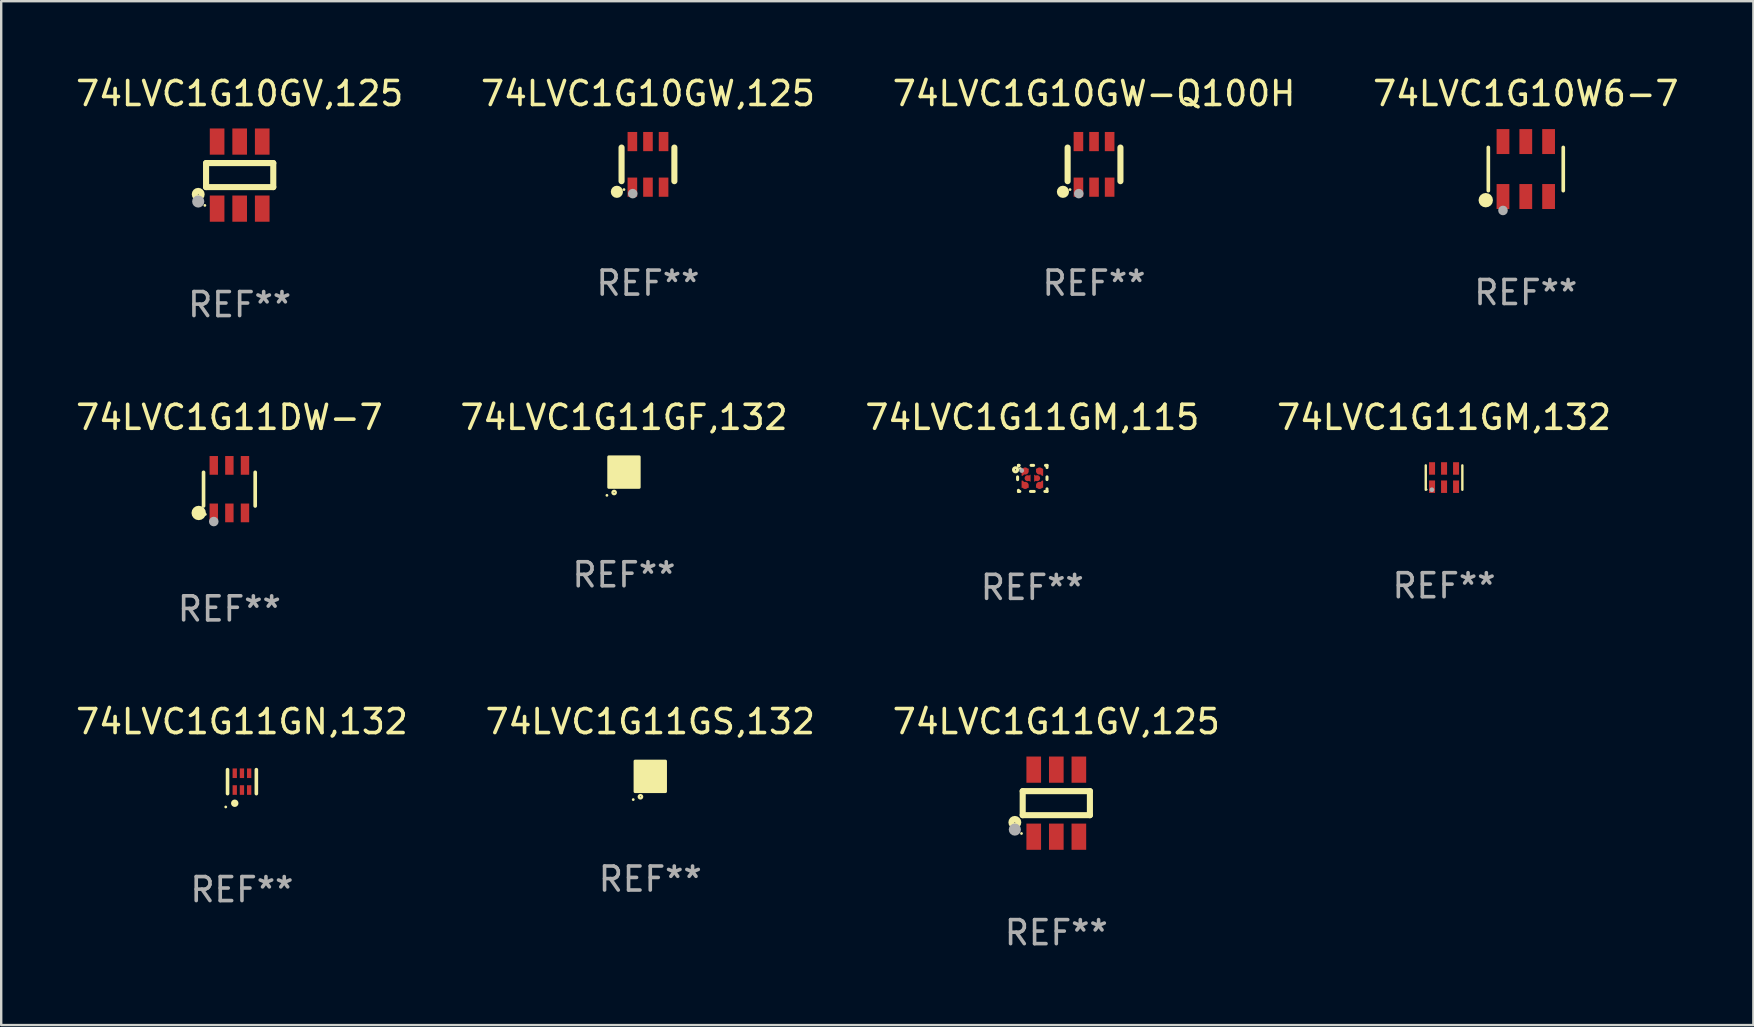
<source format=kicad_pcb>
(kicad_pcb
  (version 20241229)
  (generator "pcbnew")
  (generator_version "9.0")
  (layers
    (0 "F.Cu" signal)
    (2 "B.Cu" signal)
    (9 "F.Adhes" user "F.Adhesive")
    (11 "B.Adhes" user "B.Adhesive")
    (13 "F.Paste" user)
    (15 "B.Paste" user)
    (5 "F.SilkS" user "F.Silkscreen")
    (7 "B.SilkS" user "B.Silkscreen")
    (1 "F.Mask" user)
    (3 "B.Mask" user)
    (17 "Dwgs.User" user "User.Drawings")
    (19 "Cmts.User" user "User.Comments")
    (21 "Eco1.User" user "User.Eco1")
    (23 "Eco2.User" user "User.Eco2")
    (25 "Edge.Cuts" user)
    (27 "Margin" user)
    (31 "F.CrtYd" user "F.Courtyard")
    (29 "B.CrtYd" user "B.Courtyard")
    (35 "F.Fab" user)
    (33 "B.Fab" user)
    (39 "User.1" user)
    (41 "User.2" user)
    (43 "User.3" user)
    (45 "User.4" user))
  (footprint "74LVC1G10GV,125"
    (layer "F.Cu")
    (at 6.935 4.245)
    (property "Reference" "74LVC1G10GV,125" (at 0 -3.397 0) (layer "F.SilkS") (effects (font (size 1 1) (thickness 0.15))))
    (attr through_hole)
    (fp_line (start -1.4 -0.501) (end -1.4 0.5) (stroke (width 0.254) (type solid)) (layer "F.SilkS"))
    (fp_line (start -1.4 0.5) (end 1.4 0.5) (stroke (width 0.254) (type solid)) (layer "F.SilkS"))
    (fp_line (start 1.4 -0.501) (end -1.4 -0.501) (stroke (width 0.254) (type solid)) (layer "F.SilkS"))
    (fp_line (start 1.4 0.5) (end 1.4 -0.501) (stroke (width 0.254) (type solid)) (layer "F.SilkS"))
    (fp_circle (center -1.727 0.8) (end -1.585 0.8) (stroke (width 0.254) (type solid)) (fill no) (layer "F.SilkS"))
    (fp_circle (center -1.45 1.263) (end -1.42 1.263) (stroke (width 0.06) (type solid)) (fill no) (layer "F.SilkS"))
    (fp_circle (center -1.727 1.1) (end -1.6 1.1) (stroke (width 0.254) (type solid)) (fill no) (layer "F.Fab"))
    (fp_text user "REF**" (at 0 5.397 0) (layer "F.Fab") (effects (font (size 1 1) (thickness 0.15))))
    (pad "1" smd rect (at -0.94 1.397 180) (size 0.61 1.092) (layers "F.Cu" "F.Mask" "F.Paste"))
    (pad "2" smd rect (at 0.000127 1.397 180) (size 0.61 1.092) (layers "F.Cu" "F.Mask" "F.Paste"))
    (pad "3" smd rect (at 0.94 1.397 180) (size 0.61 1.092) (layers "F.Cu" "F.Mask" "F.Paste"))
    (pad "4" smd rect (at 0.94 -1.397 180) (size 0.61 1.092) (layers "F.Cu" "F.Mask" "F.Paste"))
    (pad "5" smd rect (at 0.000127 -1.397 180) (size 0.61 1.092) (layers "F.Cu" "F.Mask" "F.Paste"))
    (pad "6" smd rect (at -0.94 -1.397 180) (size 0.61 1.092) (layers "F.Cu" "F.Mask" "F.Paste")))
  (footprint "74LVC1G10W6-7"
    (layer "F.Cu")
    (at 60.518 3.993)
    (property "Reference" "74LVC1G10W6-7" (at 0 -3.145 0) (layer "F.SilkS") (effects (font (size 1 1) (thickness 0.15))))
    (attr through_hole)
    (fp_line (start -1.561 0.901) (end -1.561 -0.901) (stroke (width 0.152) (type solid)) (layer "F.SilkS"))
    (fp_line (start 1.561 0.901) (end 1.561 -0.901) (stroke (width 0.152) (type solid)) (layer "F.SilkS"))
    (fp_circle (center -1.668 1.297) (end -1.518 1.297) (stroke (width 0.3) (type solid)) (fill no) (layer "F.SilkS"))
    (fp_circle (center -1.485 1.425) (end -1.455 1.425) (stroke (width 0.06) (type solid)) (fill no) (layer "F.SilkS"))
    (fp_circle (center -0.95 1.725) (end -0.85 1.725) (stroke (width 0.2) (type solid)) (fill no) (layer "F.Fab"))
    (fp_text user "REF**" (at 0 5.145 0) (layer "F.Fab") (effects (font (size 1 1) (thickness 0.15))))
    (pad "1" smd rect (at -0.95 1.145) (size 0.532 1.04) (layers "F.Cu" "F.Mask" "F.Paste"))
    (pad "2" smd rect (at 0 1.145) (size 0.532 1.04) (layers "F.Cu" "F.Mask" "F.Paste"))
    (pad "3" smd rect (at 0.95 1.145) (size 0.532 1.04) (layers "F.Cu" "F.Mask" "F.Paste"))
    (pad "4" smd rect (at 0.95 -1.145) (size 0.532 1.04) (layers "F.Cu" "F.Mask" "F.Paste"))
    (pad "5" smd rect (at 0 -1.145) (size 0.532 1.04) (layers "F.Cu" "F.Mask" "F.Paste"))
    (pad "6" smd rect (at -0.95 -1.145) (size 0.532 1.04) (layers "F.Cu" "F.Mask" "F.Paste")))
  (footprint "74LVC1G11GM,115"
    (layer "F.Cu")
    (at 39.958 16.881)
    (property "Reference" "74LVC1G11GM,115" (at 0 -2.543 0) (layer "F.SilkS") (effects (font (size 1 1) (thickness 0.15))))
    (attr through_hole)
    (fp_line (start -0.613 -0.062) (end -0.613 0.051) (stroke (width 0.127) (type solid)) (layer "F.SilkS"))
    (fp_line (start -0.577 -0.543) (end -0.545 -0.543) (stroke (width 0.127) (type solid)) (layer "F.SilkS"))
    (fp_line (start -0.577 -0.512) (end -0.577 -0.543) (stroke (width 0.127) (type solid)) (layer "F.SilkS"))
    (fp_line (start -0.577 0.543) (end -0.577 0.497) (stroke (width 0.127) (type solid)) (layer "F.SilkS"))
    (fp_line (start -0.519 0.543) (end -0.577 0.543) (stroke (width 0.127) (type solid)) (layer "F.SilkS"))
    (fp_line (start -0.05 -0.543) (end 0.055 -0.543) (stroke (width 0.127) (type solid)) (layer "F.SilkS"))
    (fp_line (start 0.081 0.543) (end -0.076 0.543) (stroke (width 0.127) (type solid)) (layer "F.SilkS"))
    (fp_line (start 0.55 -0.543) (end 0.613 -0.543) (stroke (width 0.127) (type solid)) (layer "F.SilkS"))
    (fp_line (start 0.613 -0.543) (end 0.613 -0.451) (stroke (width 0.127) (type solid)) (layer "F.SilkS"))
    (fp_line (start 0.613 -0.064) (end 0.613 0.049) (stroke (width 0.127) (type solid)) (layer "F.SilkS"))
    (fp_line (start 0.613 0.436) (end 0.613 0.543) (stroke (width 0.127) (type solid)) (layer "F.SilkS"))
    (fp_line (start 0.613 0.543) (end 0.524 0.543) (stroke (width 0.127) (type solid)) (layer "F.SilkS"))
    (fp_circle (center -0.698 -0.358) (end -0.676 -0.358) (stroke (width 0.127) (type solid)) (fill no) (layer "F.SilkS"))
    (fp_circle (center -0.497 -0.408) (end -0.467 -0.408) (stroke (width 0.06) (type solid)) (fill no) (layer "F.SilkS"))
    (fp_circle (center -0.442 -0.328) (end -0.392 -0.328) (stroke (width 0.1) (type solid)) (fill no) (layer "F.Fab"))
    (fp_text user "REF**" (at 0 4.543 0) (layer "F.Fab") (effects (font (size 1 1) (thickness 0.15))))
    (pad "1" smd custom (at -0.297 -0.307) (size 0.3 0.3) (layers "F.Cu" "F.Mask" "F.Paste") (options (anchor circle)) (primitives (gr_poly (pts (xy -0.15 -0.1) (xy -0.15 0.2) (xy -0.1 0.2) (xy 0.15 -0.05) (xy 0.15 -0.1)) (width 0) (fill yes))))
    (pad "2" smd custom (at 0.302 -0.307) (size 0.3 0.3) (layers "F.Cu" "F.Mask" "F.Paste") (options (anchor circle)) (primitives (gr_poly (pts (xy 0.15 -0.1) (xy 0.15 0.2) (xy 0.1 0.2) (xy -0.15 -0.05) (xy -0.15 -0.1)) (width 0) (fill yes))))
    (pad "3" smd custom (at 0.302 0.292) (size 0.3 0.3) (layers "F.Cu" "F.Mask" "F.Paste") (options (anchor circle)) (primitives (gr_poly (pts (xy 0.15 0.1) (xy 0.15 -0.2) (xy 0.1 -0.2) (xy -0.15 0.05) (xy -0.15 0.1)) (width 0) (fill yes))))
    (pad "4" smd custom (at 0.202 -0.008) (size 0.25 0.3) (layers "F.Cu" "F.Mask" "F.Paste") (options (anchor circle)) (primitives (gr_poly (pts (xy -0.125 -0.15) (xy -0.125 0.15) (xy 0.125 0)) (width 0) (fill yes))))
    (pad "5" smd custom (at -0.197 -0.008) (size 0.25 0.3) (layers "F.Cu" "F.Mask" "F.Paste") (options (anchor circle)) (primitives (gr_poly (pts (xy 0.125 -0.15) (xy 0.125 0.15) (xy -0.125 0.000025)) (width 0) (fill yes))))
    (pad "6" smd custom (at -0.297 0.292) (size 0.3 0.3) (layers "F.Cu" "F.Mask" "F.Paste") (options (anchor circle)) (primitives (gr_poly (pts (xy -0.15 0.1) (xy 0.15 0.1) (xy 0.15 0.05) (xy -0.1 -0.2) (xy -0.15 -0.2)) (width 0) (fill yes)))))
  (footprint "74LVC1G11DW-7"
    (layer "F.Cu")
    (at 6.506 17.329)
    (property "Reference" "74LVC1G11DW-7" (at 0 -2.99 0) (layer "F.SilkS") (effects (font (size 1 1) (thickness 0.15))))
    (attr through_hole)
    (fp_line (start -1.076 0.701) (end -1.076 -0.701) (stroke (width 0.152) (type solid)) (layer "F.SilkS"))
    (fp_line (start 1.076 0.701) (end 1.076 -0.701) (stroke (width 0.152) (type solid)) (layer "F.SilkS"))
    (fp_circle (center -1.277 0.992) (end -1.127 0.992) (stroke (width 0.3) (type solid)) (fill no) (layer "F.SilkS"))
    (fp_circle (center -1 1.05) (end -0.97 1.05) (stroke (width 0.06) (type solid)) (fill no) (layer "F.SilkS"))
    (fp_circle (center -0.65 1.35) (end -0.55 1.35) (stroke (width 0.2) (type solid)) (fill no) (layer "F.Fab"))
    (fp_text user "REF**" (at 0 4.99 0) (layer "F.Fab") (effects (font (size 1 1) (thickness 0.15))))
    (pad "1" smd rect (at -0.65 0.99) (size 0.35 0.78) (layers "F.Cu" "F.Mask" "F.Paste"))
    (pad "2" smd rect (at 0 0.99) (size 0.35 0.78) (layers "F.Cu" "F.Mask" "F.Paste"))
    (pad "3" smd rect (at 0.65 0.99) (size 0.35 0.78) (layers "F.Cu" "F.Mask" "F.Paste"))
    (pad "4" smd rect (at 0.65 -0.99) (size 0.35 0.78) (layers "F.Cu" "F.Mask" "F.Paste"))
    (pad "5" smd rect (at 0 -0.99) (size 0.35 0.78) (layers "F.Cu" "F.Mask" "F.Paste"))
    (pad "6" smd rect (at -0.65 -0.99) (size 0.35 0.78) (layers "F.Cu" "F.Mask" "F.Paste")))
  (footprint "74LVC1G11GV,125"
    (layer "F.Cu")
    (at 40.958 30.412)
    (property "Reference" "74LVC1G11GV,125" (at 0 -3.397 0) (layer "F.SilkS") (effects (font (size 1 1) (thickness 0.15))))
    (attr through_hole)
    (fp_line (start -1.4 -0.501) (end -1.4 0.5) (stroke (width 0.254) (type solid)) (layer "F.SilkS"))
    (fp_line (start -1.4 0.5) (end 1.4 0.5) (stroke (width 0.254) (type solid)) (layer "F.SilkS"))
    (fp_line (start 1.4 -0.501) (end -1.4 -0.501) (stroke (width 0.254) (type solid)) (layer "F.SilkS"))
    (fp_line (start 1.4 0.5) (end 1.4 -0.501) (stroke (width 0.254) (type solid)) (layer "F.SilkS"))
    (fp_circle (center -1.727 0.8) (end -1.585 0.8) (stroke (width 0.254) (type solid)) (fill no) (layer "F.SilkS"))
    (fp_circle (center -1.45 1.263) (end -1.42 1.263) (stroke (width 0.06) (type solid)) (fill no) (layer "F.SilkS"))
    (fp_circle (center -1.727 1.1) (end -1.6 1.1) (stroke (width 0.254) (type solid)) (fill no) (layer "F.Fab"))
    (fp_text user "REF**" (at 0 5.397 0) (layer "F.Fab") (effects (font (size 1 1) (thickness 0.15))))
    (pad "1" smd rect (at -0.94 1.397 180) (size 0.61 1.092) (layers "F.Cu" "F.Mask" "F.Paste"))
    (pad "2" smd rect (at 0.000127 1.397 180) (size 0.61 1.092) (layers "F.Cu" "F.Mask" "F.Paste"))
    (pad "3" smd rect (at 0.94 1.397 180) (size 0.61 1.092) (layers "F.Cu" "F.Mask" "F.Paste"))
    (pad "4" smd rect (at 0.94 -1.397 180) (size 0.61 1.092) (layers "F.Cu" "F.Mask" "F.Paste"))
    (pad "5" smd rect (at 0.000127 -1.397 180) (size 0.61 1.092) (layers "F.Cu" "F.Mask" "F.Paste"))
    (pad "6" smd rect (at -0.94 -1.397 180) (size 0.61 1.092) (layers "F.Cu" "F.Mask" "F.Paste")))
  (footprint "74LVC1G10GW,125"
    (layer "F.Cu")
    (at 23.946 3.798)
    (property "Reference" "74LVC1G10GW,125" (at 0 -2.95 0) (layer "F.SilkS") (effects (font (size 1 1) (thickness 0.15))))
    (attr through_hole)
    (fp_line (start -1.1 -0.7) (end -1.1 0.7) (stroke (width 0.254) (type solid)) (layer "F.SilkS"))
    (fp_line (start 1.1 -0.7) (end 1.1 0.7) (stroke (width 0.254) (type solid)) (layer "F.SilkS"))
    (fp_circle (center -1.295 1.143) (end -1.168 1.143) (stroke (width 0.254) (type solid)) (fill no) (layer "F.SilkS"))
    (fp_circle (center -1 1.05) (end -0.97 1.05) (stroke (width 0.06) (type solid)) (fill no) (layer "F.SilkS"))
    (fp_circle (center -0.635 1.219) (end -0.535 1.219) (stroke (width 0.2) (type solid)) (fill no) (layer "F.Fab"))
    (fp_text user "REF**" (at 0 4.95 0) (layer "F.Fab") (effects (font (size 1 1) (thickness 0.15))))
    (pad "1" smd rect (at -0.65 0.95) (size 0.4 0.8) (layers "F.Cu" "F.Mask" "F.Paste"))
    (pad "2" smd rect (at 0 0.95) (size 0.4 0.8) (layers "F.Cu" "F.Mask" "F.Paste"))
    (pad "3" smd rect (at 0.65 0.95) (size 0.4 0.8) (layers "F.Cu" "F.Mask" "F.Paste"))
    (pad "4" smd rect (at 0.65 -0.95) (size 0.4 0.8) (layers "F.Cu" "F.Mask" "F.Paste"))
    (pad "5" smd rect (at 0 -0.95) (size 0.4 0.8) (layers "F.Cu" "F.Mask" "F.Paste"))
    (pad "6" smd rect (at -0.65 -0.95) (size 0.4 0.8) (layers "F.Cu" "F.Mask" "F.Paste")))
  (footprint "74LVC1G10GW-Q100H"
    (layer "F.Cu")
    (at 42.53 3.798)
    (property "Reference" "74LVC1G10GW-Q100H" (at 0 -2.95 0) (layer "F.SilkS") (effects (font (size 1 1) (thickness 0.15))))
    (attr through_hole)
    (fp_line (start -1.1 -0.7) (end -1.1 0.7) (stroke (width 0.254) (type solid)) (layer "F.SilkS"))
    (fp_line (start 1.1 -0.7) (end 1.1 0.7) (stroke (width 0.254) (type solid)) (layer "F.SilkS"))
    (fp_circle (center -1.295 1.143) (end -1.168 1.143) (stroke (width 0.254) (type solid)) (fill no) (layer "F.SilkS"))
    (fp_circle (center -1 1.05) (end -0.97 1.05) (stroke (width 0.06) (type solid)) (fill no) (layer "F.SilkS"))
    (fp_circle (center -0.635 1.219) (end -0.535 1.219) (stroke (width 0.2) (type solid)) (fill no) (layer "F.Fab"))
    (fp_text user "REF**" (at 0 4.95 0) (layer "F.Fab") (effects (font (size 1 1) (thickness 0.15))))
    (pad "1" smd rect (at -0.65 0.95) (size 0.4 0.8) (layers "F.Cu" "F.Mask" "F.Paste"))
    (pad "2" smd rect (at 0 0.95) (size 0.4 0.8) (layers "F.Cu" "F.Mask" "F.Paste"))
    (pad "3" smd rect (at 0.65 0.95) (size 0.4 0.8) (layers "F.Cu" "F.Mask" "F.Paste"))
    (pad "4" smd rect (at 0.65 -0.95) (size 0.4 0.8) (layers "F.Cu" "F.Mask" "F.Paste"))
    (pad "5" smd rect (at 0 -0.95) (size 0.4 0.8) (layers "F.Cu" "F.Mask" "F.Paste"))
    (pad "6" smd rect (at -0.65 -0.95) (size 0.4 0.8) (layers "F.Cu" "F.Mask" "F.Paste")))
  (footprint "74LVC1G11GN,132"
    (layer "F.Cu")
    (at 7.03 29.515)
    (property "Reference" "74LVC1G11GN,132" (at 0 -2.5 0) (layer "F.SilkS") (effects (font (size 1 1) (thickness 0.15))))
    (attr through_hole)
    (fp_line (start -0.6 -0.5) (end -0.6 0.5) (stroke (width 0.15) (type solid)) (layer "F.SilkS"))
    (fp_line (start 0.6 0.5) (end 0.6 -0.5) (stroke (width 0.15) (type solid)) (layer "F.SilkS"))
    (fp_circle (center -0.675 1.055) (end -0.645 1.055) (stroke (width 0.06) (type solid)) (fill no) (layer "F.SilkS"))
    (fp_circle (center -0.3 0.9) (end -0.22 0.9) (stroke (width 0.15) (type solid)) (fill no) (layer "F.SilkS"))
    (fp_text user "REF**" (at 0 4.5 0) (layer "F.Fab") (effects (font (size 1 1) (thickness 0.15))))
    (pad "1" smd rect (at -0.3 0.35) (size 0.18 0.4) (layers "F.Cu" "F.Mask" "F.Paste"))
    (pad "2" smd rect (at 0.000025 0.35) (size 0.18 0.4) (layers "F.Cu" "F.Mask" "F.Paste"))
    (pad "3" smd rect (at 0.3 0.35) (size 0.18 0.4) (layers "F.Cu" "F.Mask" "F.Paste"))
    (pad "4" smd rect (at 0.3 -0.35) (size 0.18 0.4) (layers "F.Cu" "F.Mask" "F.Paste"))
    (pad "5" smd rect (at 0.000025 -0.35) (size 0.18 0.4) (layers "F.Cu" "F.Mask" "F.Paste"))
    (pad "6" smd rect (at -0.3 -0.35) (size 0.18 0.4) (layers "F.Cu" "F.Mask" "F.Paste")))
  (footprint "74LVC1G11GS,132"
    (layer "F.Cu")
    (at 24.042 29.295)
    (property "Reference" "74LVC1G11GS,132" (at 0 -2.28 0) (layer "F.SilkS") (effects (font (size 1 1) (thickness 0.15))))
    (attr through_hole)
    (fp_circle (center -0.71 0.968) (end -0.68 0.968) (stroke (width 0.06) (type solid)) (fill no) (layer "F.SilkS"))
    (fp_circle (center -0.41 0.85) (end -0.342 0.85) (stroke (width 0.1) (type solid)) (fill no) (layer "F.SilkS"))
    (fp_poly (pts (xy -0.635 -0.635) (xy 0.635 -0.635) (xy 0.635 0.635) (xy -0.635 0.635)) (stroke (width 0.12) (type solid)) (fill yes) (layer "F.SilkS"))
    (fp_text user "REF**" (at 0 4.28 0) (layer "F.Fab") (effects (font (size 1 1) (thickness 0.15))))
    (pad "1" smd rect (at -0.35 0.28 90) (size 0.35 0.2) (layers "F.Cu" "F.Mask" "F.Paste"))
    (pad "2" smd rect (at 0 0.28 90) (size 0.35 0.2) (layers "F.Cu" "F.Mask" "F.Paste"))
    (pad "3" smd rect (at 0.35 0.28 90) (size 0.35 0.2) (layers "F.Cu" "F.Mask" "F.Paste"))
    (pad "4" smd rect (at 0.35 -0.28 90) (size 0.35 0.2) (layers "F.Cu" "F.Mask" "F.Paste"))
    (pad "5" smd rect (at 0 -0.28 90) (size 0.35 0.2) (layers "F.Cu" "F.Mask" "F.Paste"))
    (pad "6" smd rect (at -0.35 -0.28 90) (size 0.35 0.2) (layers "F.Cu" "F.Mask" "F.Paste")))
  (footprint "74LVC1G11GF,132"
    (layer "F.Cu")
    (at 22.946 16.619)
    (property "Reference" "74LVC1G11GF,132" (at 0 -2.28 0) (layer "F.SilkS") (effects (font (size 1 1) (thickness 0.15))))
    (attr through_hole)
    (fp_circle (center -0.71 0.968) (end -0.68 0.968) (stroke (width 0.06) (type solid)) (fill no) (layer "F.SilkS"))
    (fp_circle (center -0.41 0.85) (end -0.342 0.85) (stroke (width 0.1) (type solid)) (fill no) (layer "F.SilkS"))
    (fp_poly (pts (xy -0.635 -0.635) (xy 0.635 -0.635) (xy 0.635 0.635) (xy -0.635 0.635)) (stroke (width 0.12) (type solid)) (fill yes) (layer "F.SilkS"))
    (fp_text user "REF**" (at 0 4.28 0) (layer "F.Fab") (effects (font (size 1 1) (thickness 0.15))))
    (pad "1" smd rect (at -0.35 0.28 90) (size 0.35 0.2) (layers "F.Cu" "F.Mask" "F.Paste"))
    (pad "2" smd rect (at 0 0.28 90) (size 0.35 0.2) (layers "F.Cu" "F.Mask" "F.Paste"))
    (pad "3" smd rect (at 0.35 0.28 90) (size 0.35 0.2) (layers "F.Cu" "F.Mask" "F.Paste"))
    (pad "4" smd rect (at 0.35 -0.28 90) (size 0.35 0.2) (layers "F.Cu" "F.Mask" "F.Paste"))
    (pad "5" smd rect (at 0 -0.28 90) (size 0.35 0.2) (layers "F.Cu" "F.Mask" "F.Paste"))
    (pad "6" smd rect (at -0.35 -0.28 90) (size 0.35 0.2) (layers "F.Cu" "F.Mask" "F.Paste")))
  (footprint "74LVC1G11GM,132"
    (layer "F.Cu")
    (at 57.113 16.847)
    (property "Reference" "74LVC1G11GM,132" (at 0 -2.508 0) (layer "F.SilkS") (effects (font (size 1 1) (thickness 0.15))))
    (attr through_hole)
    (fp_line (start -0.762 -0.508) (end -0.762 0.508) (stroke (width 0.1) (type solid)) (layer "F.SilkS"))
    (fp_line (start 0.762 -0.508) (end 0.762 0.508) (stroke (width 0.1) (type solid)) (layer "F.SilkS"))
    (fp_circle (center -0.725 0.5) (end -0.705 0.5) (stroke (width 0.04) (type solid)) (fill no) (layer "F.SilkS"))
    (fp_circle (center -0.508 0.508) (end -0.458 0.508) (stroke (width 0.1) (type solid)) (fill no) (layer "F.Fab"))
    (fp_text user "REF**" (at 0 4.508 0) (layer "F.Fab") (effects (font (size 1 1) (thickness 0.15))))
    (pad "1" smd rect (at -0.5 0.38) (size 0.25 0.52) (layers "F.Cu" "F.Mask" "F.Paste"))
    (pad "2" smd rect (at -0.000127 0.38) (size 0.25 0.52) (layers "F.Cu" "F.Mask" "F.Paste"))
    (pad "3" smd rect (at 0.5 0.38) (size 0.25 0.52) (layers "F.Cu" "F.Mask" "F.Paste"))
    (pad "4" smd rect (at 0.5 -0.38 180) (size 0.25 0.52) (layers "F.Cu" "F.Mask" "F.Paste"))
    (pad "5" smd rect (at -0.000127 -0.38 180) (size 0.25 0.52) (layers "F.Cu" "F.Mask" "F.Paste"))
    (pad "6" smd rect (at -0.5 -0.38 180) (size 0.25 0.52) (layers "F.Cu" "F.Mask" "F.Paste")))
  (gr_rect
    (start -3 -3)
    (end 70 39.657)
    (stroke (width 0.1) (type default))
    (fill no)
    (layer "Edge.Cuts")))
</source>
